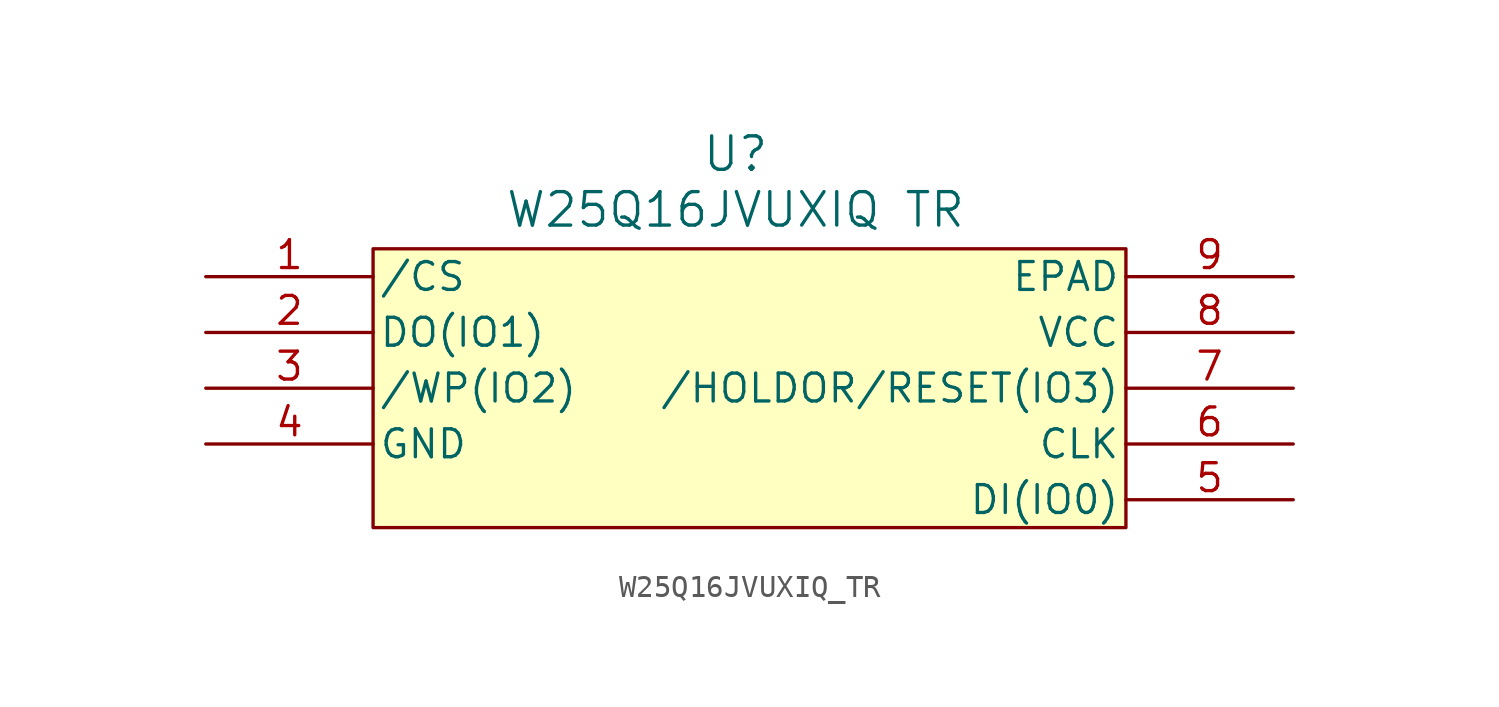
<source format=kicad_sym>
(kicad_symbol_lib
  (version 20231120)
  (generator "kicad_symbol_editor")
  (generator_version "8.0")
  (symbol "W25Q16JVUXIQ_TR"
    (pin_names
      (offset 0.254))
    (property "Reference" "U"
      (at 39.37 8.128 0)
      (effects (font (size 1.524 1.524))))
    (property "Value" "W25Q16JVUXIQ TR"
      (at 39.37 5.588 0)
      (effects (font (size 1.524 1.524))))
    (property "ki_locked" ""
      (at 0 0 0)
      (effects (font (size 1.27 1.27))))
    (symbol "W25Q16JVUXIQ_TR_0_1"
      (pin unspecified line (at 15.24 2.54 0) (length 7.62) (name "/CS" (effects (font (size 1.27 1.27)))) (number "1" (effects (font (size 1.27 1.27)))))
      (pin unspecified line (at 15.24 0 0) (length 7.62) (name "DO(IO1)" (effects (font (size 1.27 1.27)))) (number "2" (effects (font (size 1.27 1.27)))))
      (pin unspecified line (at 15.24 -2.54 0) (length 7.62) (name "/WP(IO2)" (effects (font (size 1.27 1.27)))) (number "3" (effects (font (size 1.27 1.27)))))
      (pin unspecified line (at 15.24 -5.08 0) (length 7.62) (name "GND" (effects (font (size 1.27 1.27)))) (number "4" (effects (font (size 1.27 1.27)))))
      (pin unspecified line (at 64.77 -7.62 180) (length 7.62) (name "DI(IO0)" (effects (font (size 1.27 1.27)))) (number "5" (effects (font (size 1.27 1.27)))))
      (pin unspecified line (at 64.77 -5.08 180) (length 7.62) (name "CLK" (effects (font (size 1.27 1.27)))) (number "6" (effects (font (size 1.27 1.27)))))
      (pin unspecified line (at 64.77 -2.54 180) (length 7.62) (name "/HOLDOR/RESET(IO3)" (effects (font (size 1.27 1.27)))) (number "7" (effects (font (size 1.27 1.27)))))
      (pin unspecified line (at 64.77 0 180) (length 7.62) (name "VCC" (effects (font (size 1.27 1.27)))) (number "8" (effects (font (size 1.27 1.27)))))
      (pin unspecified line (at 64.77 2.54 180) (length 7.62) (name "EPAD" (effects (font (size 1.27 1.27)))) (number "9" (effects (font (size 1.27 1.27))))))
    (symbol "W25Q16JVUXIQ_TR_1_1"
      (rectangle (start 22.86 3.81) (end 57.15 -8.89) (stroke (width 0) (type default)) (fill (type background))))))
</source>
